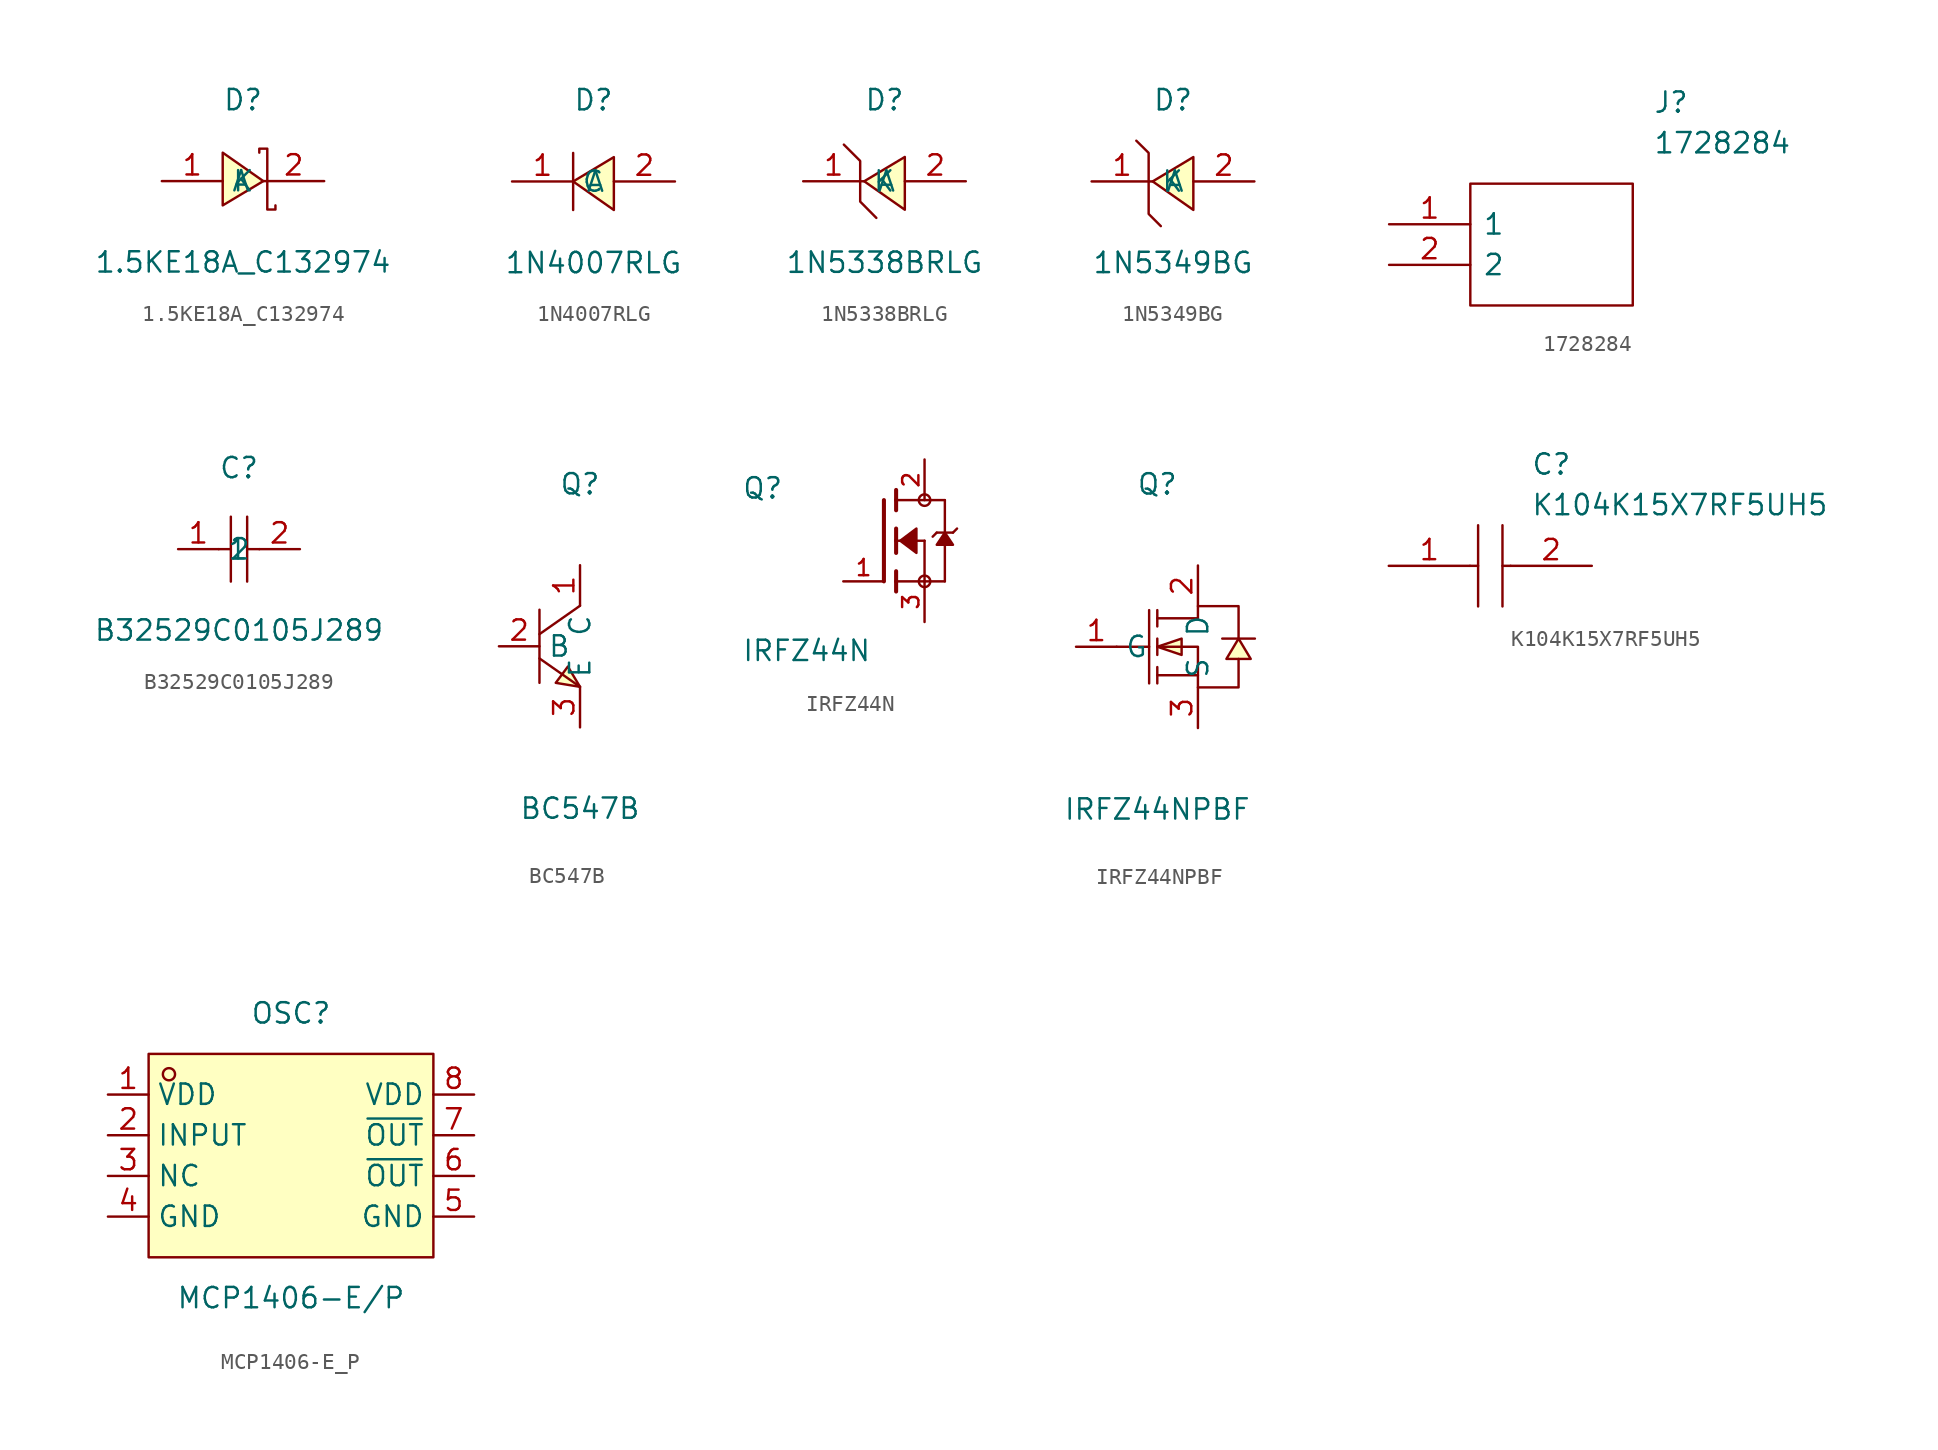
<source format=kicad_sym>
(kicad_symbol_lib
  (version 20241209)
  (generator "kicad_symbol_editor")
  (generator_version "9.0")
  (symbol "1.5KE18A_C132974"
    (property "Reference" "D"
      (at 0 5.08 0)
      (effects (font (size 1.27 1.27))))
    (property "Value" "1.5KE18A_C132974"
      (at 0 -5.08 0)
      (effects (font (size 1.27 1.27))))
    (symbol "1.5KE18A_C132974_0_1"
      (polyline (pts (xy -1.27 -1.52) (xy 1.27 0) (xy -1.27 1.78) (xy -1.27 -1.52)) (stroke (width 0) (type default)) (fill (type background)))
      (polyline (pts (xy 2.03 -1.52) (xy 2.03 -1.78) (xy 1.52 -1.78) (xy 1.52 2.03) (xy 1.02 2.03) (xy 1.02 1.78)) (stroke (width 0) (type default)) (fill (type none)))
      (pin unspecified line (at -5.08 0 0) (length 3.81) (name "A" (effects (font (size 1.27 1.27)))) (number "1" (effects (font (size 1.27 1.27)))))
      (pin unspecified line (at 5.08 0 180) (length 3.81) (name "K" (effects (font (size 1.27 1.27)))) (number "2" (effects (font (size 1.27 1.27)))))))
  (symbol "1N4007RLG"
    (property "Reference" "D"
      (at 0 5.08 0)
      (effects (font (size 1.27 1.27))))
    (property "Value" "1N4007RLG"
      (at 0 -5.08 0)
      (effects (font (size 1.27 1.27))))
    (symbol "1N4007RLG_0_1"
      (polyline (pts (xy -1.27 1.78) (xy -1.27 -1.78)) (stroke (width 0) (type default)) (fill (type none)))
      (polyline (pts (xy 1.27 1.52) (xy -1.27 0) (xy 1.27 -1.78) (xy 1.27 1.52)) (stroke (width 0) (type default)) (fill (type background)))
      (pin unspecified line (at -5.08 0 0) (length 3.81) (name "C" (effects (font (size 1.27 1.27)))) (number "1" (effects (font (size 1.27 1.27)))))
      (pin unspecified line (at 5.08 0 180) (length 3.81) (name "A" (effects (font (size 1.27 1.27)))) (number "2" (effects (font (size 1.27 1.27)))))))
  (symbol "1N5338BRLG"
    (property "Reference" "D"
      (at 0 5.08 0)
      (effects (font (size 1.27 1.27))))
    (property "Value" "1N5338BRLG"
      (at 0 -5.08 0)
      (effects (font (size 1.27 1.27))))
    (symbol "1N5338BRLG_0_1"
      (polyline (pts (xy -2.54 2.29) (xy -1.52 1.27) (xy -1.52 -1.27) (xy -0.51 -2.29)) (stroke (width 0) (type default)) (fill (type none)))
      (polyline (pts (xy 1.27 1.52) (xy -1.27 0) (xy 1.27 -1.78) (xy 1.27 1.52)) (stroke (width 0) (type default)) (fill (type background)))
      (pin unspecified line (at -5.08 0 0) (length 3.81) (name "K" (effects (font (size 1.27 1.27)))) (number "1" (effects (font (size 1.27 1.27)))))
      (pin unspecified line (at 5.08 0 180) (length 3.81) (name "A" (effects (font (size 1.27 1.27)))) (number "2" (effects (font (size 1.27 1.27)))))))
  (symbol "1N5349BG"
    (property "Reference" "D"
      (at 0 5.08 0)
      (effects (font (size 1.27 1.27))))
    (property "Value" "1N5349BG"
      (at 0 -5.08 0)
      (effects (font (size 1.27 1.27))))
    (symbol "1N5349BG_0_1"
      (polyline (pts (xy -2.29 2.54) (xy -1.52 1.78) (xy -1.52 1.78) (xy -1.52 -2.03) (xy -1.52 -2.03) (xy -0.76 -2.79)) (stroke (width 0) (type default)) (fill (type none)))
      (polyline (pts (xy 1.27 1.52) (xy -1.27 0) (xy 1.27 -1.78) (xy 1.27 1.52)) (stroke (width 0) (type default)) (fill (type background)))
      (pin unspecified line (at -5.08 0 0) (length 3.81) (name "K" (effects (font (size 1.27 1.27)))) (number "1" (effects (font (size 1.27 1.27)))))
      (pin unspecified line (at 5.08 0 180) (length 3.81) (name "A" (effects (font (size 1.27 1.27)))) (number "2" (effects (font (size 1.27 1.27)))))))
  (symbol "1728284"
    (pin_names
      (offset 0.762))
    (property "Reference" "J"
      (at 16.51 7.62 0)
      (effects (font (size 1.27 1.27)) (justify left)))
    (property "Value" "1728284"
      (at 16.51 5.08 0)
      (effects (font (size 1.27 1.27)) (justify left)))
    (symbol "1728284_0_0"
      (pin passive line (at 0 0 0) (length 5.08) (name "1" (effects (font (size 1.27 1.27)))) (number "1" (effects (font (size 1.27 1.27)))))
      (pin passive line (at 0 -2.54 0) (length 5.08) (name "2" (effects (font (size 1.27 1.27)))) (number "2" (effects (font (size 1.27 1.27))))))
    (symbol "1728284_0_1"
      (polyline (pts (xy 5.08 2.54) (xy 15.24 2.54) (xy 15.24 -5.08) (xy 5.08 -5.08) (xy 5.08 2.54)) (stroke (width 0.152) (type solid)) (fill (type none)))))
  (symbol "B32529C0105J289"
    (property "Reference" "C"
      (at 0 5.08 0)
      (effects (font (size 1.27 1.27))))
    (property "Value" "B32529C0105J289"
      (at 0 -5.08 0)
      (effects (font (size 1.27 1.27))))
    (symbol "B32529C0105J289_0_1"
      (polyline (pts (xy -1.27 0) (xy -0.51 0)) (stroke (width 0) (type default)) (fill (type none)))
      (polyline (pts (xy -0.51 2.03) (xy -0.51 -2.03)) (stroke (width 0) (type default)) (fill (type none)))
      (polyline (pts (xy 0.51 2.03) (xy 0.51 -2.03)) (stroke (width 0) (type default)) (fill (type none)))
      (polyline (pts (xy 0.51 0) (xy 1.27 0)) (stroke (width 0) (type default)) (fill (type none)))
      (pin input line (at -3.81 0 0) (length 2.54) (name "1" (effects (font (size 1.27 1.27)))) (number "1" (effects (font (size 1.27 1.27)))))
      (pin input line (at 3.81 0 180) (length 2.54) (name "2" (effects (font (size 1.27 1.27)))) (number "2" (effects (font (size 1.27 1.27)))))))
  (symbol "BC547B"
    (property "Reference" "Q"
      (at 0 10.16 0)
      (effects (font (size 1.27 1.27))))
    (property "Value" "BC547B"
      (at 0 -10.16 0)
      (effects (font (size 1.27 1.27))))
    (symbol "BC547B_0_1"
      (polyline (pts (xy -2.54 2.29) (xy -2.54 -2.29)) (stroke (width 0) (type default)) (fill (type none)))
      (polyline (pts (xy -2.54 -0.76) (xy 0 -2.54)) (stroke (width 0) (type default)) (fill (type none)))
      (polyline (pts (xy 0 2.54) (xy -2.54 0.76)) (stroke (width 0) (type default)) (fill (type none)))
      (polyline (pts (xy 0 -2.54) (xy -0.76 -1.27) (xy -1.52 -2.29) (xy 0 -2.54)) (stroke (width 0) (type default)) (fill (type background)))
      (pin input line (at -5.08 0 0) (length 2.54) (name "B" (effects (font (size 1.27 1.27)))) (number "2" (effects (font (size 1.27 1.27)))))
      (pin input line (at 0 5.08 270) (length 2.54) (name "C" (effects (font (size 1.27 1.27)))) (number "1" (effects (font (size 1.27 1.27)))))
      (pin input line (at 0 -5.08 90) (length 2.54) (name "E" (effects (font (size 1.27 1.27)))) (number "3" (effects (font (size 1.27 1.27)))))))
  (symbol "IRFZ44N"
    (pin_names
      (offset 1.016))
    (property "Reference" "Q"
      (at -8.89 2.54 0)
      (effects (font (size 1.27 1.27)) (justify left bottom)))
    (property "Value" "IRFZ44N"
      (at -8.89 -7.62 0)
      (effects (font (size 1.27 1.27)) (justify left bottom)))
    (symbol "IRFZ44N_0_0"
      (polyline (pts (xy 0 2.54) (xy 0 -2.54)) (stroke (width 0.254) (type default)) (fill (type none)))
      (polyline (pts (xy 0.762 3.175) (xy 0.762 2.54)) (stroke (width 0.254) (type default)) (fill (type none)))
      (polyline (pts (xy 0.762 2.54) (xy 0.762 1.905)) (stroke (width 0.254) (type default)) (fill (type none)))
      (polyline (pts (xy 0.762 2.54) (xy 3.81 2.54)) (stroke (width 0.152) (type default)) (fill (type none)))
      (polyline (pts (xy 0.762 0.762) (xy 0.762 0)) (stroke (width 0.254) (type default)) (fill (type none)))
      (polyline (pts (xy 0.762 0) (xy 0.762 -0.762)) (stroke (width 0.254) (type default)) (fill (type none)))
      (polyline (pts (xy 0.762 0) (xy 2.54 0)) (stroke (width 0.152) (type default)) (fill (type none)))
      (polyline (pts (xy 0.762 -1.905) (xy 0.762 -2.54)) (stroke (width 0.254) (type default)) (fill (type none)))
      (polyline (pts (xy 0.762 -2.54) (xy 0.762 -3.175)) (stroke (width 0.254) (type default)) (fill (type none)))
      (polyline (pts (xy 1.016 0) (xy 2.032 0.762) (xy 2.032 -0.762) (xy 1.016 0)) (stroke (width 0.152) (type default)) (fill (type outline)))
      (circle (center 2.54 2.54) (radius 0.359) (stroke (width 0) (type default)) (fill (type none)))
      (polyline (pts (xy 2.54 0) (xy 2.54 -2.54)) (stroke (width 0.152) (type default)) (fill (type none)))
      (polyline (pts (xy 2.54 -2.54) (xy 0.762 -2.54)) (stroke (width 0.152) (type default)) (fill (type none)))
      (polyline (pts (xy 2.54 -2.54) (xy 3.81 -2.54)) (stroke (width 0.152) (type default)) (fill (type none)))
      (circle (center 2.54 -2.54) (radius 0.359) (stroke (width 0) (type default)) (fill (type none)))
      (polyline (pts (xy 3.302 0.508) (xy 3.048 0.254)) (stroke (width 0.152) (type default)) (fill (type none)))
      (polyline (pts (xy 3.81 2.54) (xy 3.81 0.508)) (stroke (width 0.152) (type default)) (fill (type none)))
      (polyline (pts (xy 3.81 0.508) (xy 3.302 0.508)) (stroke (width 0.152) (type default)) (fill (type none)))
      (polyline (pts (xy 3.81 0.508) (xy 3.81 -2.54)) (stroke (width 0.152) (type default)) (fill (type none)))
      (polyline (pts (xy 3.81 0.508) (xy 3.302 -0.254) (xy 4.318 -0.254) (xy 3.81 0.508)) (stroke (width 0.152) (type default)) (fill (type outline)))
      (polyline (pts (xy 4.318 0.508) (xy 3.81 0.508)) (stroke (width 0.152) (type default)) (fill (type none)))
      (polyline (pts (xy 4.572 0.762) (xy 4.318 0.508)) (stroke (width 0.152) (type default)) (fill (type none)))
      (pin passive line (at -2.54 -2.54 0) (length 2.54) (name "~" (effects (font (size 1.016 1.016)))) (number "1" (effects (font (size 1.016 1.016)))))
      (pin passive line (at 2.54 5.08 270) (length 2.54) (name "~" (effects (font (size 1.016 1.016)))) (number "2" (effects (font (size 1.016 1.016)))))
      (pin passive line (at 2.54 -5.08 90) (length 2.54) (name "~" (effects (font (size 1.016 1.016)))) (number "3" (effects (font (size 1.016 1.016)))))))
  (symbol "IRFZ44NPBF"
    (property "Reference" "Q"
      (at 0 10.16 0)
      (effects (font (size 1.27 1.27))))
    (property "Value" "IRFZ44NPBF"
      (at 0 -10.16 0)
      (effects (font (size 1.27 1.27))))
    (symbol "IRFZ44NPBF_0_1"
      (polyline (pts (xy -2.54 0) (xy -0.51 0)) (stroke (width 0) (type default)) (fill (type none)))
      (polyline (pts (xy -0.51 2.29) (xy -0.51 -2.29)) (stroke (width 0) (type default)) (fill (type none)))
      (polyline (pts (xy 0 2.29) (xy 0 1.27)) (stroke (width 0) (type default)) (fill (type none)))
      (polyline (pts (xy 0 1.78) (xy 2.54 1.78) (xy 2.54 2.54) (xy 5.08 2.54) (xy 5.08 0.51)) (stroke (width 0) (type default)) (fill (type none)))
      (polyline (pts (xy 0 0) (xy 1.52 -0.51) (xy 1.52 0.51) (xy 0 0)) (stroke (width 0) (type default)) (fill (type background)))
      (polyline (pts (xy 0 0) (xy 2.54 0) (xy 2.54 -2.54) (xy 5.08 -2.54) (xy 5.08 -0.76)) (stroke (width 0) (type default)) (fill (type none)))
      (polyline (pts (xy 0 -0.51) (xy 0 0.51)) (stroke (width 0) (type default)) (fill (type none)))
      (polyline (pts (xy 0 -2.29) (xy 0 -1.27)) (stroke (width 0) (type default)) (fill (type none)))
      (polyline (pts (xy 2.54 -1.78) (xy 0 -1.78)) (stroke (width 0) (type default)) (fill (type none)))
      (polyline (pts (xy 5.08 0.51) (xy 4.32 -0.76) (xy 5.84 -0.76) (xy 5.08 0.51)) (stroke (width 0) (type default)) (fill (type background)))
      (polyline (pts (xy 6.1 0.51) (xy 5.59 0.51) (xy 4.57 0.51) (xy 4.06 0.51)) (stroke (width 0) (type default)) (fill (type none)))
      (pin unspecified line (at -5.08 0 0) (length 2.54) (name "G" (effects (font (size 1.27 1.27)))) (number "1" (effects (font (size 1.27 1.27)))))
      (pin unspecified line (at 2.54 5.08 270) (length 2.54) (name "D" (effects (font (size 1.27 1.27)))) (number "2" (effects (font (size 1.27 1.27)))))
      (pin unspecified line (at 2.54 -5.08 90) (length 2.54) (name "S" (effects (font (size 1.27 1.27)))) (number "3" (effects (font (size 1.27 1.27)))))))
  (symbol "K104K15X7RF5UH5"
    (pin_names
      (offset 0.762))
    (property "Reference" "C"
      (at 8.89 6.35 0)
      (effects (font (size 1.27 1.27)) (justify left)))
    (property "Value" "K104K15X7RF5UH5"
      (at 8.89 3.81 0)
      (effects (font (size 1.27 1.27)) (justify left)))
    (symbol "K104K15X7RF5UH5_0_0"
      (pin passive line (at 0 0 0) (length 5.08) (name "~" (effects (font (size 1.27 1.27)))) (number "1" (effects (font (size 1.27 1.27)))))
      (pin passive line (at 12.7 0 180) (length 5.08) (name "~" (effects (font (size 1.27 1.27)))) (number "2" (effects (font (size 1.27 1.27))))))
    (symbol "K104K15X7RF5UH5_0_1"
      (polyline (pts (xy 5.08 0) (xy 5.588 0)) (stroke (width 0.152) (type solid)) (fill (type none)))
      (polyline (pts (xy 5.588 2.54) (xy 5.588 -2.54)) (stroke (width 0.152) (type solid)) (fill (type none)))
      (polyline (pts (xy 7.112 2.54) (xy 7.112 -2.54)) (stroke (width 0.152) (type solid)) (fill (type none)))
      (polyline (pts (xy 7.112 0) (xy 7.62 0)) (stroke (width 0.152) (type solid)) (fill (type none)))))
  (symbol "MCP1406-E_P"
    (property "Reference" "OSC"
      (at 0 8.89 0)
      (effects (font (size 1.27 1.27))))
    (property "Value" "MCP1406-E/P"
      (at 0 -8.89 0)
      (effects (font (size 1.27 1.27))))
    (symbol "MCP1406-E_P_0_1"
      (rectangle (start -8.89 6.35) (end 8.89 -6.35) (stroke (width 0) (type default)) (fill (type background)))
      (circle (center -7.62 5.08) (radius 0.38) (stroke (width 0) (type default)) (fill (type none)))
      (pin unspecified line (at -11.43 3.81 0) (length 2.54) (name "VDD" (effects (font (size 1.27 1.27)))) (number "1" (effects (font (size 1.27 1.27)))))
      (pin unspecified line (at -11.43 1.27 0) (length 2.54) (name "INPUT" (effects (font (size 1.27 1.27)))) (number "2" (effects (font (size 1.27 1.27)))))
      (pin unspecified line (at -11.43 -1.27 0) (length 2.54) (name "NC" (effects (font (size 1.27 1.27)))) (number "3" (effects (font (size 1.27 1.27)))))
      (pin unspecified line (at -11.43 -3.81 0) (length 2.54) (name "GND" (effects (font (size 1.27 1.27)))) (number "4" (effects (font (size 1.27 1.27)))))
      (pin unspecified line (at 11.43 3.81 180) (length 2.54) (name "VDD" (effects (font (size 1.27 1.27)))) (number "8" (effects (font (size 1.27 1.27)))))
      (pin unspecified line (at 11.43 1.27 180) (length 2.54) (name "~{OUT}" (effects (font (size 1.27 1.27)))) (number "7" (effects (font (size 1.27 1.27)))))
      (pin unspecified line (at 11.43 -1.27 180) (length 2.54) (name "~{OUT}" (effects (font (size 1.27 1.27)))) (number "6" (effects (font (size 1.27 1.27)))))
      (pin unspecified line (at 11.43 -3.81 180) (length 2.54) (name "GND" (effects (font (size 1.27 1.27)))) (number "5" (effects (font (size 1.27 1.27))))))))
</source>
